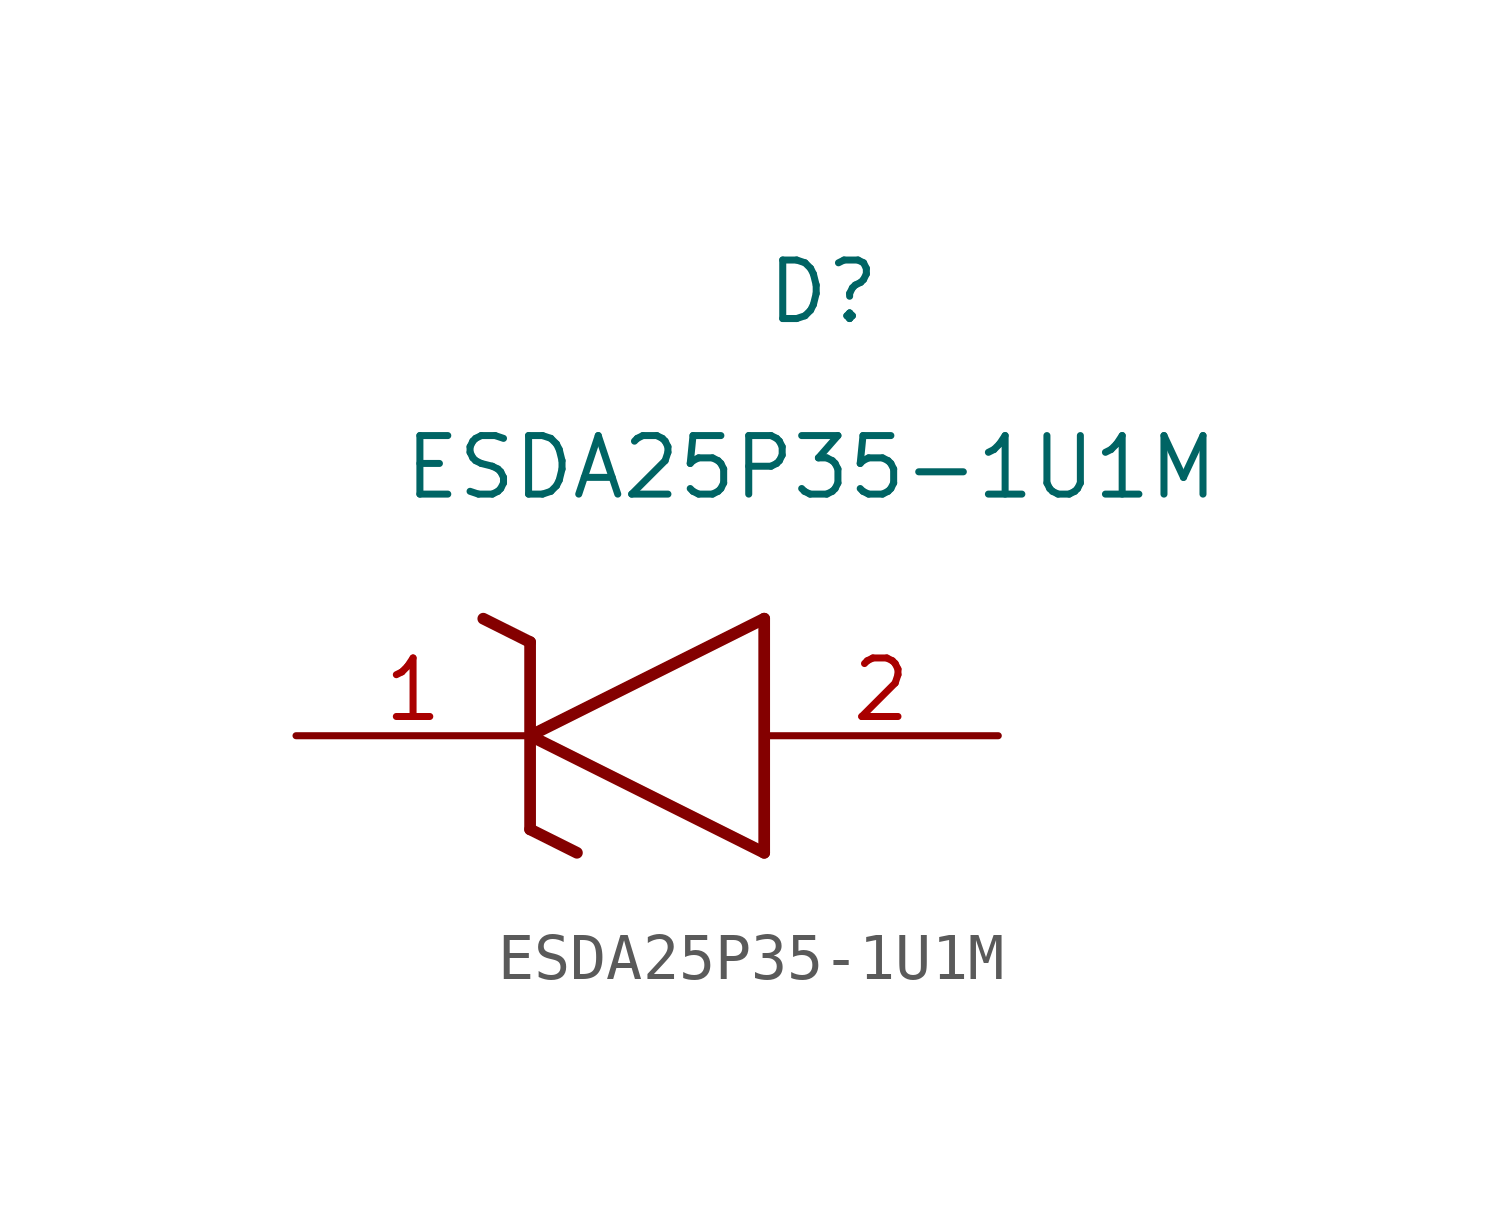
<source format=kicad_sym>
(kicad_symbol_lib
  (version 20241209)
  (generator "kicad_symbol_editor")
  (generator_version "9.0")
  (symbol "ESDA25P35-1U1M"
    (pin_names
      (hide yes))
    (property "Reference" "D"
      (at 10.16 8.89 0)
      (effects (font (size 1.27 1.27)) (justify left bottom)))
    (property "Value" "ESDA25P35-1U1M"
      (at 2.286 5.08 0)
      (effects (font (size 1.27 1.27)) (justify left bottom)))
    (symbol "ESDA25P35-1U1M_1_1"
      (polyline (pts (xy 4.064 2.54) (xy 5.08 2.032)) (stroke (width 0.254) (type default)) (fill (type none)))
      (polyline (pts (xy 5.08 0) (xy 10.16 2.54)) (stroke (width 0.254) (type default)) (fill (type none)))
      (polyline (pts (xy 5.08 -2.032) (xy 5.08 2.032)) (stroke (width 0.254) (type default)) (fill (type none)))
      (polyline (pts (xy 5.08 -2.032) (xy 6.096 -2.54)) (stroke (width 0.254) (type default)) (fill (type none)))
      (polyline (pts (xy 10.16 -2.54) (xy 5.08 0)) (stroke (width 0.254) (type default)) (fill (type none)))
      (polyline (pts (xy 10.16 -2.54) (xy 10.16 2.54)) (stroke (width 0.254) (type default)) (fill (type none)))
      (pin passive line (at 0 0 0) (length 5.08) (name "K" (effects (font (size 1.27 1.27)))) (number "1" (effects (font (size 1.27 1.27)))))
      (pin passive line (at 15.24 0 180) (length 5.08) (name "A" (effects (font (size 1.27 1.27)))) (number "2" (effects (font (size 1.27 1.27))))))))
</source>
